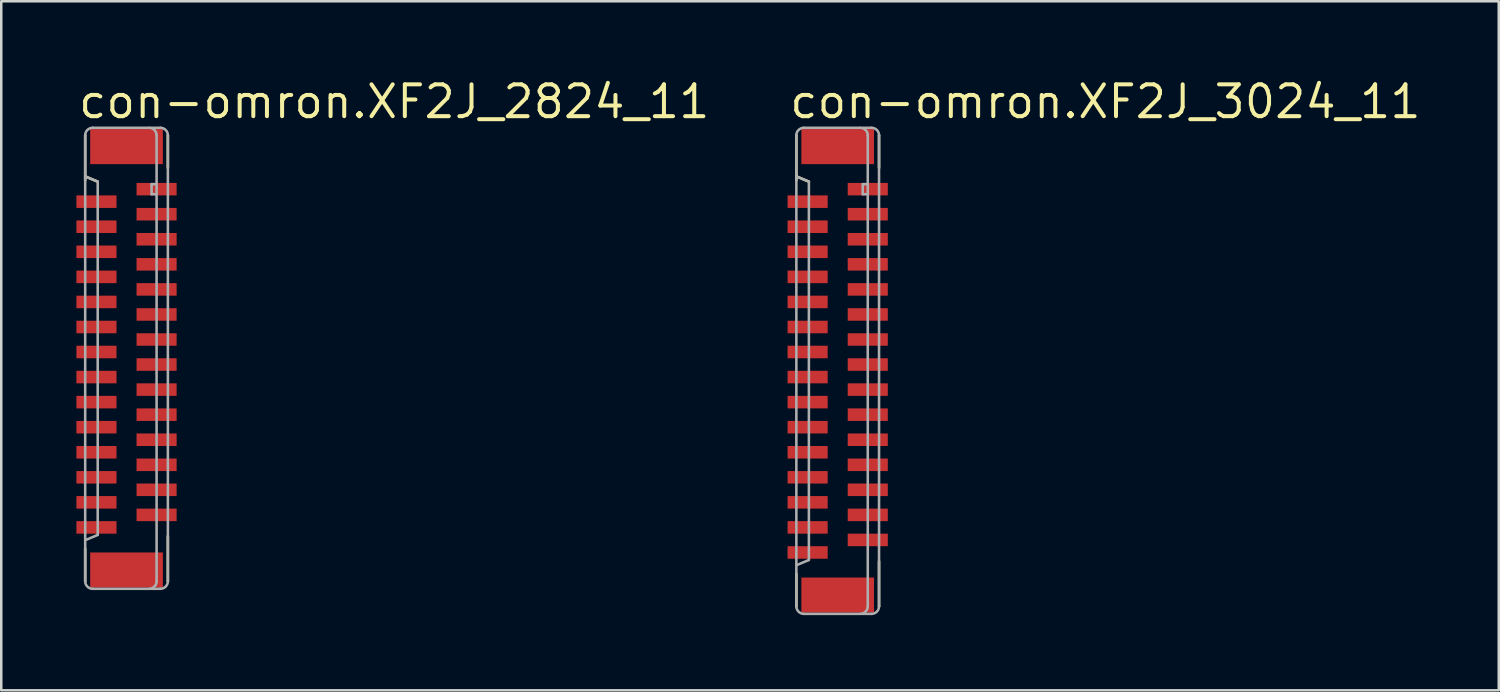
<source format=kicad_pcb>
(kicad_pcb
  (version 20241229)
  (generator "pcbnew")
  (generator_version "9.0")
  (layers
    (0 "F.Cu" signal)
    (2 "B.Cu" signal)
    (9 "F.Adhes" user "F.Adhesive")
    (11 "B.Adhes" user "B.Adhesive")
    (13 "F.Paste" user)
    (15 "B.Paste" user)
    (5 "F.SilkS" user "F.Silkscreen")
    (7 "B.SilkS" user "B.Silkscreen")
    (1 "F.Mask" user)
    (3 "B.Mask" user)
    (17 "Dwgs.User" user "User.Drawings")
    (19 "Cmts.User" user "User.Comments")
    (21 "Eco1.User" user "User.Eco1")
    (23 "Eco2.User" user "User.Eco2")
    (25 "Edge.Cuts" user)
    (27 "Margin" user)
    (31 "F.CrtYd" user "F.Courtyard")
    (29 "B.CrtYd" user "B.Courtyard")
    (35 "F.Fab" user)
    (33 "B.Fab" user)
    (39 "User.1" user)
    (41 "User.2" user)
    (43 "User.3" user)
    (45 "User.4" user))
  (footprint "con-omron.XF2J_3024_11"
    (layer "F.Cu")
    (at 30.384 11.75)
    (property "Reference" "con-omron.XF2J_3024_11" (at -2 -10 0) (layer "F.SilkS") (effects (font (size 1.27 1.27) (thickness 0.16)) (justify left bottom)))
    (attr smd)
    (fp_line (start -1.65 -9.4) (end -1.65 -7.6) (stroke (width 0.102) (type default)) (layer "F.SilkS"))
    (fp_line (start -1.65 8.1) (end -1.65 9.4) (stroke (width 0.102) (type default)) (layer "F.SilkS"))
    (fp_line (start -1.625 -7.75) (end -1.15 -7.55) (stroke (width 0.102) (type default)) (layer "F.SilkS"))
    (fp_line (start 1.65 -8.1) (end 1.65 -9.4) (stroke (width 0.102) (type default)) (layer "F.SilkS"))
    (fp_line (start 1.65 9.4) (end 1.65 7.6) (stroke (width 0.102) (type default)) (layer "F.SilkS"))
    (fp_line (start -1.65 -9.4) (end -1.65 9.4) (stroke (width 0.102) (type default)) (layer "F.Fab"))
    (fp_line (start -1.625 -7.75) (end -1.15 -7.55) (stroke (width 0.102) (type default)) (layer "F.Fab"))
    (fp_line (start -1.35 9.7) (end 0.9 9.7) (stroke (width 0.102) (type default)) (layer "F.Fab"))
    (fp_line (start -1.15 -7.55) (end -1.15 7.55) (stroke (width 0.102) (type default)) (layer "F.Fab"))
    (fp_line (start -1.15 7.55) (end -1.625 7.75) (stroke (width 0.102) (type default)) (layer "F.Fab"))
    (fp_line (start 0.9 -9.7) (end -1.35 -9.7) (stroke (width 0.102) (type default)) (layer "F.Fab"))
    (fp_line (start 0.975 9.7) (end 1.35 9.7) (stroke (width 0.102) (type default)) (layer "F.Fab"))
    (fp_line (start 1 -9.7) (end 1.35 -9.7) (stroke (width 0.102) (type default)) (layer "F.Fab"))
    (fp_line (start 1 -7.45) (end 1 -7.05) (stroke (width 0.102) (type default)) (layer "F.Fab"))
    (fp_line (start 1 -7.05) (end 1.15 -7.05) (stroke (width 0.102) (type default)) (layer "F.Fab"))
    (fp_line (start 1.15 -7.45) (end 1 -7.45) (stroke (width 0.102) (type default)) (layer "F.Fab"))
    (fp_line (start 1.2 9.4) (end 1.2 -9.4) (stroke (width 0.102) (type default)) (layer "F.Fab"))
    (fp_line (start 1.65 9.4) (end 1.65 -9.4) (stroke (width 0.102) (type default)) (layer "F.Fab"))
    (fp_arc (start -1.65 -9.4) (mid -1.562132 -9.612132) (end -1.35 -9.7) (stroke (width 0.1016) (type default)) (layer "F.Fab"))
    (fp_arc (start -1.35 9.7) (mid -1.562132 9.612132) (end -1.65 9.4) (stroke (width 0.1016) (type default)) (layer "F.Fab"))
    (fp_arc (start 0.9 -9.7) (mid 1.112132 -9.612132) (end 1.2 -9.4) (stroke (width 0.1016) (type default)) (layer "F.Fab"))
    (fp_arc (start 1.2 9.4) (mid 1.112132 9.612132) (end 0.9 9.7) (stroke (width 0.1016) (type default)) (layer "F.Fab"))
    (fp_arc (start 1.35 -9.7) (mid 1.562132 -9.612132) (end 1.65 -9.4) (stroke (width 0.1016) (type default)) (layer "F.Fab"))
    (fp_arc (start 1.65 9.4) (mid 1.562132 9.612132) (end 1.35 9.7) (stroke (width 0.1016) (type default)) (layer "F.Fab"))
    (pad "1" smd roundrect (at 1.2 -7.25 270) (size 0.5 1.6) (layers "F.Cu" "F.Mask" "F.Paste") (roundrect_rratio 0.01))
    (pad "2" smd roundrect (at -1.2 -6.75 90) (size 0.5 1.6) (layers "F.Cu" "F.Mask" "F.Paste") (roundrect_rratio 0.01))
    (pad "3" smd roundrect (at 1.2 -6.25 270) (size 0.5 1.6) (layers "F.Cu" "F.Mask" "F.Paste") (roundrect_rratio 0.01))
    (pad "4" smd roundrect (at -1.2 -5.75 90) (size 0.5 1.6) (layers "F.Cu" "F.Mask" "F.Paste") (roundrect_rratio 0.01))
    (pad "5" smd roundrect (at 1.2 -5.25 270) (size 0.5 1.6) (layers "F.Cu" "F.Mask" "F.Paste") (roundrect_rratio 0.01))
    (pad "6" smd roundrect (at -1.2 -4.75 90) (size 0.5 1.6) (layers "F.Cu" "F.Mask" "F.Paste") (roundrect_rratio 0.01))
    (pad "7" smd roundrect (at 1.2 -4.25 270) (size 0.5 1.6) (layers "F.Cu" "F.Mask" "F.Paste") (roundrect_rratio 0.01))
    (pad "8" smd roundrect (at -1.2 -3.75 90) (size 0.5 1.6) (layers "F.Cu" "F.Mask" "F.Paste") (roundrect_rratio 0.01))
    (pad "9" smd roundrect (at 1.2 -3.25 270) (size 0.5 1.6) (layers "F.Cu" "F.Mask" "F.Paste") (roundrect_rratio 0.01))
    (pad "10" smd roundrect (at -1.2 -2.75 90) (size 0.5 1.6) (layers "F.Cu" "F.Mask" "F.Paste") (roundrect_rratio 0.01))
    (pad "11" smd roundrect (at 1.2 -2.25 270) (size 0.5 1.6) (layers "F.Cu" "F.Mask" "F.Paste") (roundrect_rratio 0.01))
    (pad "12" smd roundrect (at -1.2 -1.75 90) (size 0.5 1.6) (layers "F.Cu" "F.Mask" "F.Paste") (roundrect_rratio 0.01))
    (pad "13" smd roundrect (at 1.2 -1.25 270) (size 0.5 1.6) (layers "F.Cu" "F.Mask" "F.Paste") (roundrect_rratio 0.01))
    (pad "14" smd roundrect (at -1.2 -0.75 90) (size 0.5 1.6) (layers "F.Cu" "F.Mask" "F.Paste") (roundrect_rratio 0.01))
    (pad "15" smd roundrect (at 1.2 -0.25 270) (size 0.5 1.6) (layers "F.Cu" "F.Mask" "F.Paste") (roundrect_rratio 0.01))
    (pad "16" smd roundrect (at -1.2 0.25 90) (size 0.5 1.6) (layers "F.Cu" "F.Mask" "F.Paste") (roundrect_rratio 0.01))
    (pad "17" smd roundrect (at 1.2 0.75 270) (size 0.5 1.6) (layers "F.Cu" "F.Mask" "F.Paste") (roundrect_rratio 0.01))
    (pad "18" smd roundrect (at -1.2 1.25 90) (size 0.5 1.6) (layers "F.Cu" "F.Mask" "F.Paste") (roundrect_rratio 0.01))
    (pad "19" smd roundrect (at 1.2 1.75 270) (size 0.5 1.6) (layers "F.Cu" "F.Mask" "F.Paste") (roundrect_rratio 0.01))
    (pad "20" smd roundrect (at -1.2 2.25 90) (size 0.5 1.6) (layers "F.Cu" "F.Mask" "F.Paste") (roundrect_rratio 0.01))
    (pad "21" smd roundrect (at 1.2 2.75 270) (size 0.5 1.6) (layers "F.Cu" "F.Mask" "F.Paste") (roundrect_rratio 0.01))
    (pad "22" smd roundrect (at -1.2 3.25 90) (size 0.5 1.6) (layers "F.Cu" "F.Mask" "F.Paste") (roundrect_rratio 0.01))
    (pad "23" smd roundrect (at 1.2 3.75 270) (size 0.5 1.6) (layers "F.Cu" "F.Mask" "F.Paste") (roundrect_rratio 0.01))
    (pad "24" smd roundrect (at -1.2 4.25 90) (size 0.5 1.6) (layers "F.Cu" "F.Mask" "F.Paste") (roundrect_rratio 0.01))
    (pad "25" smd roundrect (at 1.2 4.75 270) (size 0.5 1.6) (layers "F.Cu" "F.Mask" "F.Paste") (roundrect_rratio 0.01))
    (pad "26" smd roundrect (at -1.2 5.25 90) (size 0.5 1.6) (layers "F.Cu" "F.Mask" "F.Paste") (roundrect_rratio 0.01))
    (pad "27" smd roundrect (at 1.2 5.75 270) (size 0.5 1.6) (layers "F.Cu" "F.Mask" "F.Paste") (roundrect_rratio 0.01))
    (pad "28" smd roundrect (at -1.2 6.25 90) (size 0.5 1.6) (layers "F.Cu" "F.Mask" "F.Paste") (roundrect_rratio 0.01))
    (pad "29" smd roundrect (at 1.2 6.75 270) (size 0.5 1.6) (layers "F.Cu" "F.Mask" "F.Paste") (roundrect_rratio 0.01))
    (pad "30" smd roundrect (at -1.2 7.25 90) (size 0.5 1.6) (layers "F.Cu" "F.Mask" "F.Paste") (roundrect_rratio 0.01))
    (pad "M1" smd roundrect (at 0 -8.95 270) (size 1.4 2.9) (layers "F.Cu" "F.Mask" "F.Paste") (roundrect_rratio 0.01))
    (pad "M2" smd roundrect (at 0 8.95 270) (size 1.4 2.9) (layers "F.Cu" "F.Mask" "F.Paste") (roundrect_rratio 0.01)))
  (footprint "con-omron.XF2J_2824_11"
    (layer "F.Cu")
    (at 2 11.25)
    (property "Reference" "con-omron.XF2J_2824_11" (at -2 -9.5 0) (layer "F.SilkS") (effects (font (size 1.27 1.27) (thickness 0.16)) (justify left bottom)))
    (attr smd)
    (fp_line (start -1.65 -8.9) (end -1.65 -7.1) (stroke (width 0.102) (type default)) (layer "F.SilkS"))
    (fp_line (start -1.65 7.6) (end -1.65 8.9) (stroke (width 0.102) (type default)) (layer "F.SilkS"))
    (fp_line (start -1.625 -7.25) (end -1.15 -7.05) (stroke (width 0.102) (type default)) (layer "F.SilkS"))
    (fp_line (start 1.65 -7.6) (end 1.65 -8.9) (stroke (width 0.102) (type default)) (layer "F.SilkS"))
    (fp_line (start 1.65 8.9) (end 1.65 7.1) (stroke (width 0.102) (type default)) (layer "F.SilkS"))
    (fp_line (start -1.65 -8.9) (end -1.65 8.9) (stroke (width 0.102) (type default)) (layer "F.Fab"))
    (fp_line (start -1.625 -7.25) (end -1.15 -7.05) (stroke (width 0.102) (type default)) (layer "F.Fab"))
    (fp_line (start -1.35 9.2) (end 0.9 9.2) (stroke (width 0.102) (type default)) (layer "F.Fab"))
    (fp_line (start -1.15 -7.05) (end -1.15 7.05) (stroke (width 0.102) (type default)) (layer "F.Fab"))
    (fp_line (start -1.15 7.05) (end -1.625 7.25) (stroke (width 0.102) (type default)) (layer "F.Fab"))
    (fp_line (start 0.9 -9.2) (end -1.35 -9.2) (stroke (width 0.102) (type default)) (layer "F.Fab"))
    (fp_line (start 0.975 9.2) (end 1.35 9.2) (stroke (width 0.102) (type default)) (layer "F.Fab"))
    (fp_line (start 1 -9.2) (end 1.35 -9.2) (stroke (width 0.102) (type default)) (layer "F.Fab"))
    (fp_line (start 1 -6.95) (end 1 -6.55) (stroke (width 0.102) (type default)) (layer "F.Fab"))
    (fp_line (start 1 -6.55) (end 1.15 -6.55) (stroke (width 0.102) (type default)) (layer "F.Fab"))
    (fp_line (start 1.15 -6.95) (end 1 -6.95) (stroke (width 0.102) (type default)) (layer "F.Fab"))
    (fp_line (start 1.2 8.9) (end 1.2 -8.9) (stroke (width 0.102) (type default)) (layer "F.Fab"))
    (fp_line (start 1.65 8.9) (end 1.65 -8.9) (stroke (width 0.102) (type default)) (layer "F.Fab"))
    (fp_arc (start -1.65 -8.9) (mid -1.562132 -9.112132) (end -1.35 -9.2) (stroke (width 0.1016) (type default)) (layer "F.Fab"))
    (fp_arc (start -1.35 9.2) (mid -1.562132 9.112132) (end -1.65 8.9) (stroke (width 0.1016) (type default)) (layer "F.Fab"))
    (fp_arc (start 0.9 -9.2) (mid 1.112132 -9.112132) (end 1.2 -8.9) (stroke (width 0.1016) (type default)) (layer "F.Fab"))
    (fp_arc (start 1.2 8.9) (mid 1.112132 9.112132) (end 0.9 9.2) (stroke (width 0.1016) (type default)) (layer "F.Fab"))
    (fp_arc (start 1.35 -9.2) (mid 1.562132 -9.112132) (end 1.65 -8.9) (stroke (width 0.1016) (type default)) (layer "F.Fab"))
    (fp_arc (start 1.65 8.9) (mid 1.562132 9.112132) (end 1.35 9.2) (stroke (width 0.1016) (type default)) (layer "F.Fab"))
    (pad "1" smd roundrect (at 1.2 -6.75 270) (size 0.5 1.6) (layers "F.Cu" "F.Mask" "F.Paste") (roundrect_rratio 0.01))
    (pad "2" smd roundrect (at -1.2 -6.25 90) (size 0.5 1.6) (layers "F.Cu" "F.Mask" "F.Paste") (roundrect_rratio 0.01))
    (pad "3" smd roundrect (at 1.2 -5.75 270) (size 0.5 1.6) (layers "F.Cu" "F.Mask" "F.Paste") (roundrect_rratio 0.01))
    (pad "4" smd roundrect (at -1.2 -5.25 90) (size 0.5 1.6) (layers "F.Cu" "F.Mask" "F.Paste") (roundrect_rratio 0.01))
    (pad "5" smd roundrect (at 1.2 -4.75 270) (size 0.5 1.6) (layers "F.Cu" "F.Mask" "F.Paste") (roundrect_rratio 0.01))
    (pad "6" smd roundrect (at -1.2 -4.25 90) (size 0.5 1.6) (layers "F.Cu" "F.Mask" "F.Paste") (roundrect_rratio 0.01))
    (pad "7" smd roundrect (at 1.2 -3.75 270) (size 0.5 1.6) (layers "F.Cu" "F.Mask" "F.Paste") (roundrect_rratio 0.01))
    (pad "8" smd roundrect (at -1.2 -3.25 90) (size 0.5 1.6) (layers "F.Cu" "F.Mask" "F.Paste") (roundrect_rratio 0.01))
    (pad "9" smd roundrect (at 1.2 -2.75 270) (size 0.5 1.6) (layers "F.Cu" "F.Mask" "F.Paste") (roundrect_rratio 0.01))
    (pad "10" smd roundrect (at -1.2 -2.25 90) (size 0.5 1.6) (layers "F.Cu" "F.Mask" "F.Paste") (roundrect_rratio 0.01))
    (pad "11" smd roundrect (at 1.2 -1.75 270) (size 0.5 1.6) (layers "F.Cu" "F.Mask" "F.Paste") (roundrect_rratio 0.01))
    (pad "12" smd roundrect (at -1.2 -1.25 90) (size 0.5 1.6) (layers "F.Cu" "F.Mask" "F.Paste") (roundrect_rratio 0.01))
    (pad "13" smd roundrect (at 1.2 -0.75 270) (size 0.5 1.6) (layers "F.Cu" "F.Mask" "F.Paste") (roundrect_rratio 0.01))
    (pad "14" smd roundrect (at -1.2 -0.25 90) (size 0.5 1.6) (layers "F.Cu" "F.Mask" "F.Paste") (roundrect_rratio 0.01))
    (pad "15" smd roundrect (at 1.2 0.25 270) (size 0.5 1.6) (layers "F.Cu" "F.Mask" "F.Paste") (roundrect_rratio 0.01))
    (pad "16" smd roundrect (at -1.2 0.75 90) (size 0.5 1.6) (layers "F.Cu" "F.Mask" "F.Paste") (roundrect_rratio 0.01))
    (pad "17" smd roundrect (at 1.2 1.25 270) (size 0.5 1.6) (layers "F.Cu" "F.Mask" "F.Paste") (roundrect_rratio 0.01))
    (pad "18" smd roundrect (at -1.2 1.75 90) (size 0.5 1.6) (layers "F.Cu" "F.Mask" "F.Paste") (roundrect_rratio 0.01))
    (pad "19" smd roundrect (at 1.2 2.25 270) (size 0.5 1.6) (layers "F.Cu" "F.Mask" "F.Paste") (roundrect_rratio 0.01))
    (pad "20" smd roundrect (at -1.2 2.75 90) (size 0.5 1.6) (layers "F.Cu" "F.Mask" "F.Paste") (roundrect_rratio 0.01))
    (pad "21" smd roundrect (at 1.2 3.25 270) (size 0.5 1.6) (layers "F.Cu" "F.Mask" "F.Paste") (roundrect_rratio 0.01))
    (pad "22" smd roundrect (at -1.2 3.75 90) (size 0.5 1.6) (layers "F.Cu" "F.Mask" "F.Paste") (roundrect_rratio 0.01))
    (pad "23" smd roundrect (at 1.2 4.25 270) (size 0.5 1.6) (layers "F.Cu" "F.Mask" "F.Paste") (roundrect_rratio 0.01))
    (pad "24" smd roundrect (at -1.2 4.75 90) (size 0.5 1.6) (layers "F.Cu" "F.Mask" "F.Paste") (roundrect_rratio 0.01))
    (pad "25" smd roundrect (at 1.2 5.25 270) (size 0.5 1.6) (layers "F.Cu" "F.Mask" "F.Paste") (roundrect_rratio 0.01))
    (pad "26" smd roundrect (at -1.2 5.75 90) (size 0.5 1.6) (layers "F.Cu" "F.Mask" "F.Paste") (roundrect_rratio 0.01))
    (pad "27" smd roundrect (at 1.2 6.25 270) (size 0.5 1.6) (layers "F.Cu" "F.Mask" "F.Paste") (roundrect_rratio 0.01))
    (pad "28" smd roundrect (at -1.2 6.75 90) (size 0.5 1.6) (layers "F.Cu" "F.Mask" "F.Paste") (roundrect_rratio 0.01))
    (pad "M1" smd roundrect (at 0 -8.45 270) (size 1.4 2.9) (layers "F.Cu" "F.Mask" "F.Paste") (roundrect_rratio 0.01))
    (pad "M2" smd roundrect (at 0 8.45 270) (size 1.4 2.9) (layers "F.Cu" "F.Mask" "F.Paste") (roundrect_rratio 0.01)))
  (gr_rect
    (start -3 -3)
    (end 56.768 24.501)
    (stroke (width 0.1) (type default))
    (fill no)
    (layer "Edge.Cuts")))
</source>
